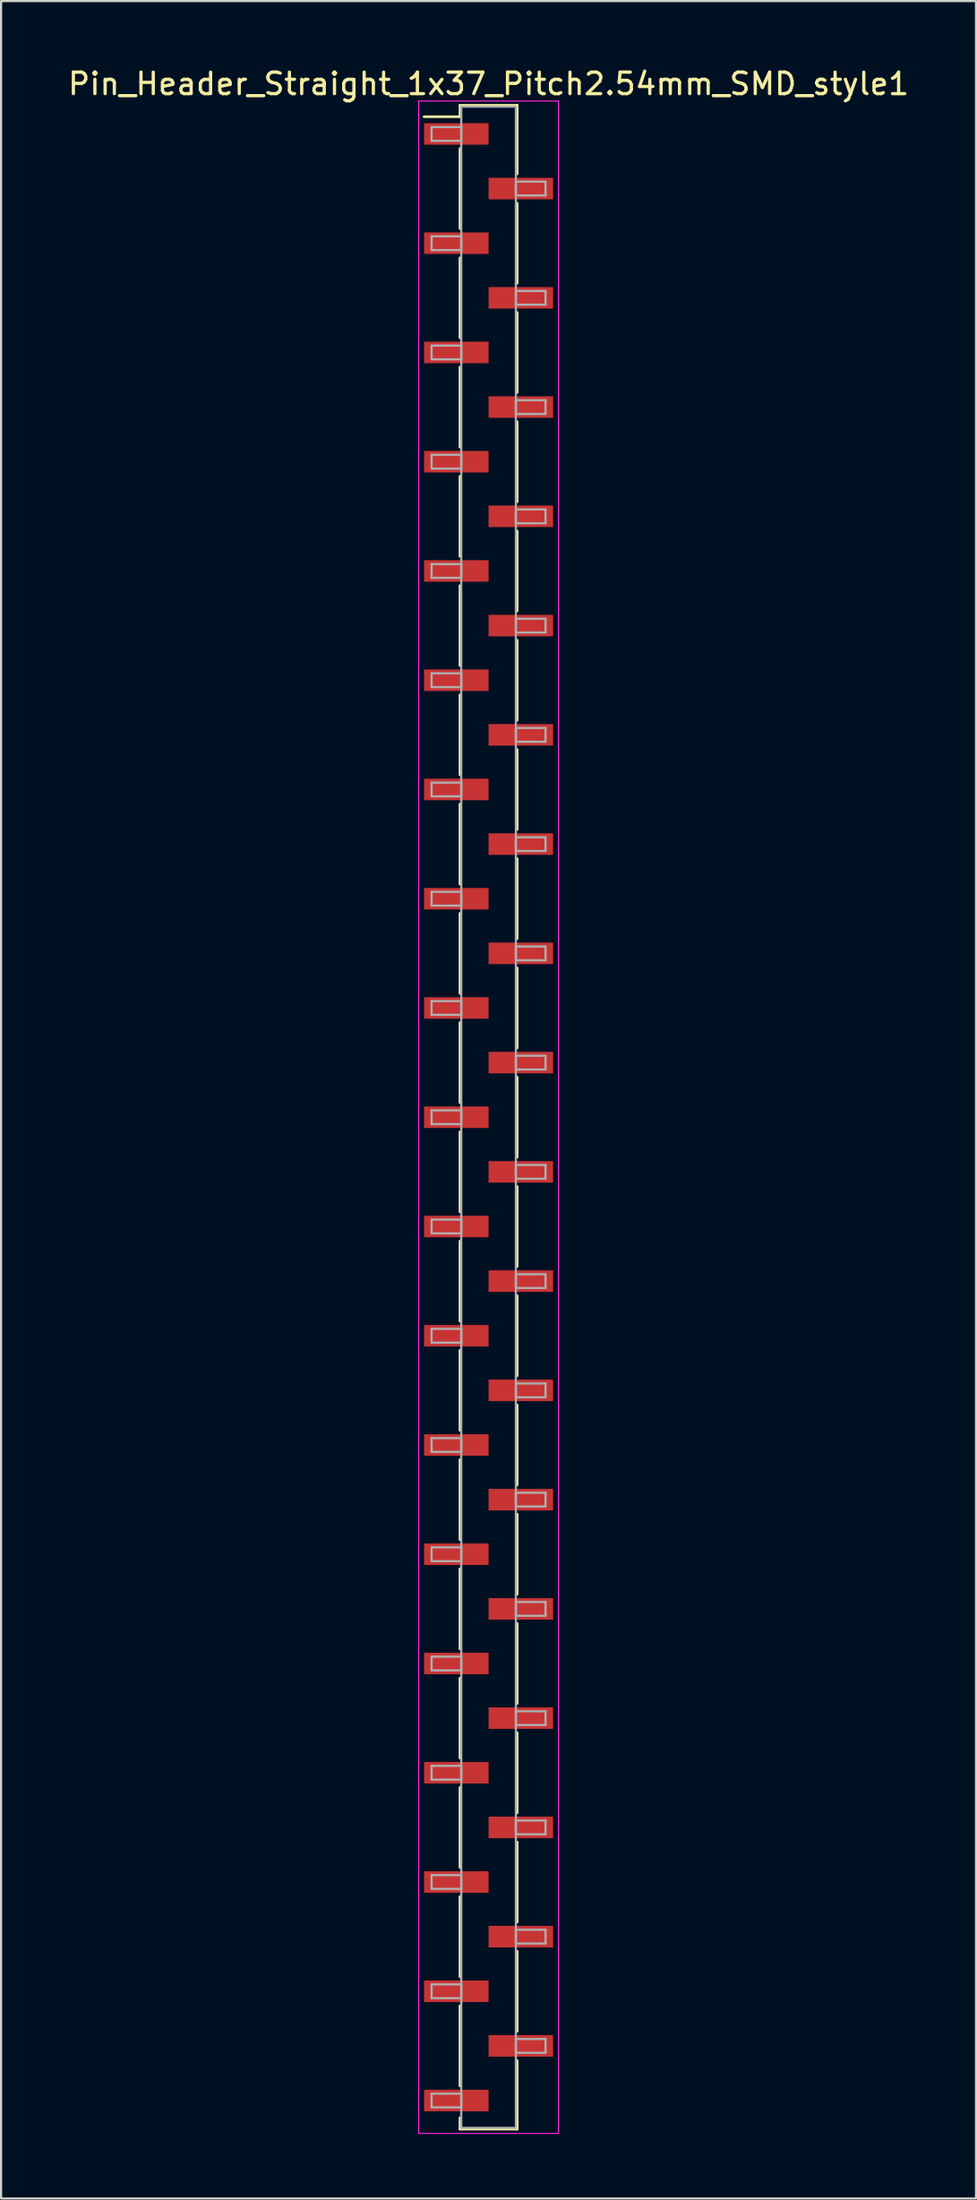
<source format=kicad_pcb>
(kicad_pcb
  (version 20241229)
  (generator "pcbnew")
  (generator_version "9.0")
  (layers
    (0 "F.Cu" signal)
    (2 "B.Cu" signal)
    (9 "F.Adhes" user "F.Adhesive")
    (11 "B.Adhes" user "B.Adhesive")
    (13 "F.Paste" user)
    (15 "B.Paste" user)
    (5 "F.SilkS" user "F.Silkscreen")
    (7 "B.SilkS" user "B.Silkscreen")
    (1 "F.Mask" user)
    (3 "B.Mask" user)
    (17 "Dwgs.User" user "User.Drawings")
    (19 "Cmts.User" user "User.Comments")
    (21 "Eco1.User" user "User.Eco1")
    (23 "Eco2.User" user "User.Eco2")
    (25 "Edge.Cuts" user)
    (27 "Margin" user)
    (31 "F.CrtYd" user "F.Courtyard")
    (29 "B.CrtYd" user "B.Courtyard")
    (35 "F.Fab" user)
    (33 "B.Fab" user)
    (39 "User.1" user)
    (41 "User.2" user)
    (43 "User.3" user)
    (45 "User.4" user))
  (footprint "Pin_Header_Straight_1x37_Pitch2.54mm_SMD_style1"
    (layer "F.Cu")
    (at 19.673 48.898)
    (property "Reference" "Pin_Header_Straight_1x37_Pitch2.54mm_SMD_style1" (at 0 -48.05 0) (layer "F.SilkS") (effects (font (size 1 1) (thickness 0.15))))
    (attr smd)
    (fp_line (start -1.33 -47.05) (end 1.33 -47.05) (stroke (width 0.12) (type solid)) (layer "F.SilkS"))
    (fp_line (start -1.33 -46.52) (end -3 -46.52) (stroke (width 0.12) (type solid)) (layer "F.SilkS"))
    (fp_line (start -1.33 -46.52) (end -1.33 -47.05) (stroke (width 0.12) (type solid)) (layer "F.SilkS"))
    (fp_line (start -1.33 -45.04) (end -1.33 -41.32) (stroke (width 0.12) (type solid)) (layer "F.SilkS"))
    (fp_line (start -1.33 -39.96) (end -1.33 -36.24) (stroke (width 0.12) (type solid)) (layer "F.SilkS"))
    (fp_line (start -1.33 -34.88) (end -1.33 -31.16) (stroke (width 0.12) (type solid)) (layer "F.SilkS"))
    (fp_line (start -1.33 -29.8) (end -1.33 -26.08) (stroke (width 0.12) (type solid)) (layer "F.SilkS"))
    (fp_line (start -1.33 -24.72) (end -1.33 -21) (stroke (width 0.12) (type solid)) (layer "F.SilkS"))
    (fp_line (start -1.33 -19.64) (end -1.33 -15.92) (stroke (width 0.12) (type solid)) (layer "F.SilkS"))
    (fp_line (start -1.33 -14.56) (end -1.33 -10.84) (stroke (width 0.12) (type solid)) (layer "F.SilkS"))
    (fp_line (start -1.33 -9.48) (end -1.33 -5.76) (stroke (width 0.12) (type solid)) (layer "F.SilkS"))
    (fp_line (start -1.33 -4.4) (end -1.33 -0.68) (stroke (width 0.12) (type solid)) (layer "F.SilkS"))
    (fp_line (start -1.33 0.68) (end -1.33 4.4) (stroke (width 0.12) (type solid)) (layer "F.SilkS"))
    (fp_line (start -1.33 5.76) (end -1.33 9.48) (stroke (width 0.12) (type solid)) (layer "F.SilkS"))
    (fp_line (start -1.33 10.84) (end -1.33 14.56) (stroke (width 0.12) (type solid)) (layer "F.SilkS"))
    (fp_line (start -1.33 15.92) (end -1.33 19.64) (stroke (width 0.12) (type solid)) (layer "F.SilkS"))
    (fp_line (start -1.33 21) (end -1.33 24.72) (stroke (width 0.12) (type solid)) (layer "F.SilkS"))
    (fp_line (start -1.33 26.08) (end -1.33 29.8) (stroke (width 0.12) (type solid)) (layer "F.SilkS"))
    (fp_line (start -1.33 31.16) (end -1.33 34.88) (stroke (width 0.12) (type solid)) (layer "F.SilkS"))
    (fp_line (start -1.33 36.24) (end -1.33 39.96) (stroke (width 0.12) (type solid)) (layer "F.SilkS"))
    (fp_line (start -1.33 41.32) (end -1.33 45.04) (stroke (width 0.12) (type solid)) (layer "F.SilkS"))
    (fp_line (start -1.33 46.52) (end -1.33 47.05) (stroke (width 0.12) (type solid)) (layer "F.SilkS"))
    (fp_line (start -1.33 47.05) (end 1.33 47.05) (stroke (width 0.12) (type solid)) (layer "F.SilkS"))
    (fp_line (start 1.33 -47.05) (end 1.33 -46.52) (stroke (width 0.12) (type solid)) (layer "F.SilkS"))
    (fp_line (start 1.33 -47.05) (end 1.33 -43.86) (stroke (width 0.12) (type solid)) (layer "F.SilkS"))
    (fp_line (start 1.33 -42.5) (end 1.33 -38.78) (stroke (width 0.12) (type solid)) (layer "F.SilkS"))
    (fp_line (start 1.33 -37.42) (end 1.33 -33.7) (stroke (width 0.12) (type solid)) (layer "F.SilkS"))
    (fp_line (start 1.33 -32.34) (end 1.33 -28.62) (stroke (width 0.12) (type solid)) (layer "F.SilkS"))
    (fp_line (start 1.33 -27.26) (end 1.33 -23.54) (stroke (width 0.12) (type solid)) (layer "F.SilkS"))
    (fp_line (start 1.33 -22.18) (end 1.33 -18.46) (stroke (width 0.12) (type solid)) (layer "F.SilkS"))
    (fp_line (start 1.33 -17.1) (end 1.33 -13.38) (stroke (width 0.12) (type solid)) (layer "F.SilkS"))
    (fp_line (start 1.33 -12.02) (end 1.33 -8.3) (stroke (width 0.12) (type solid)) (layer "F.SilkS"))
    (fp_line (start 1.33 -6.94) (end 1.33 -3.22) (stroke (width 0.12) (type solid)) (layer "F.SilkS"))
    (fp_line (start 1.33 -1.86) (end 1.33 1.86) (stroke (width 0.12) (type solid)) (layer "F.SilkS"))
    (fp_line (start 1.33 3.22) (end 1.33 6.94) (stroke (width 0.12) (type solid)) (layer "F.SilkS"))
    (fp_line (start 1.33 8.3) (end 1.33 12.02) (stroke (width 0.12) (type solid)) (layer "F.SilkS"))
    (fp_line (start 1.33 13.38) (end 1.33 17.1) (stroke (width 0.12) (type solid)) (layer "F.SilkS"))
    (fp_line (start 1.33 18.46) (end 1.33 22.18) (stroke (width 0.12) (type solid)) (layer "F.SilkS"))
    (fp_line (start 1.33 23.54) (end 1.33 27.26) (stroke (width 0.12) (type solid)) (layer "F.SilkS"))
    (fp_line (start 1.33 28.62) (end 1.33 32.34) (stroke (width 0.12) (type solid)) (layer "F.SilkS"))
    (fp_line (start 1.33 33.7) (end 1.33 37.42) (stroke (width 0.12) (type solid)) (layer "F.SilkS"))
    (fp_line (start 1.33 38.78) (end 1.33 42.5) (stroke (width 0.12) (type solid)) (layer "F.SilkS"))
    (fp_line (start 1.33 43.86) (end 1.33 47.05) (stroke (width 0.12) (type solid)) (layer "F.SilkS"))
    (fp_line (start 1.33 47.05) (end 1.33 46.52) (stroke (width 0.12) (type solid)) (layer "F.SilkS"))
    (fp_line (start -3.25 -47.25) (end -3.25 47.25) (stroke (width 0.05) (type solid)) (layer "F.CrtYd"))
    (fp_line (start -3.25 47.25) (end 3.25 47.25) (stroke (width 0.05) (type solid)) (layer "F.CrtYd"))
    (fp_line (start 3.25 -47.25) (end -3.25 -47.25) (stroke (width 0.05) (type solid)) (layer "F.CrtYd"))
    (fp_line (start 3.25 47.25) (end 3.25 -47.25) (stroke (width 0.05) (type solid)) (layer "F.CrtYd"))
    (fp_line (start -2.65 -46.04) (end -1.27 -46.04) (stroke (width 0.1) (type solid)) (layer "F.Fab"))
    (fp_line (start -2.65 -45.4) (end -2.65 -46.04) (stroke (width 0.1) (type solid)) (layer "F.Fab"))
    (fp_line (start -2.65 -40.96) (end -1.27 -40.96) (stroke (width 0.1) (type solid)) (layer "F.Fab"))
    (fp_line (start -2.65 -40.32) (end -2.65 -40.96) (stroke (width 0.1) (type solid)) (layer "F.Fab"))
    (fp_line (start -2.65 -35.88) (end -1.27 -35.88) (stroke (width 0.1) (type solid)) (layer "F.Fab"))
    (fp_line (start -2.65 -35.24) (end -2.65 -35.88) (stroke (width 0.1) (type solid)) (layer "F.Fab"))
    (fp_line (start -2.65 -30.8) (end -1.27 -30.8) (stroke (width 0.1) (type solid)) (layer "F.Fab"))
    (fp_line (start -2.65 -30.16) (end -2.65 -30.8) (stroke (width 0.1) (type solid)) (layer "F.Fab"))
    (fp_line (start -2.65 -25.72) (end -1.27 -25.72) (stroke (width 0.1) (type solid)) (layer "F.Fab"))
    (fp_line (start -2.65 -25.08) (end -2.65 -25.72) (stroke (width 0.1) (type solid)) (layer "F.Fab"))
    (fp_line (start -2.65 -20.64) (end -1.27 -20.64) (stroke (width 0.1) (type solid)) (layer "F.Fab"))
    (fp_line (start -2.65 -20) (end -2.65 -20.64) (stroke (width 0.1) (type solid)) (layer "F.Fab"))
    (fp_line (start -2.65 -15.56) (end -1.27 -15.56) (stroke (width 0.1) (type solid)) (layer "F.Fab"))
    (fp_line (start -2.65 -14.92) (end -2.65 -15.56) (stroke (width 0.1) (type solid)) (layer "F.Fab"))
    (fp_line (start -2.65 -10.48) (end -1.27 -10.48) (stroke (width 0.1) (type solid)) (layer "F.Fab"))
    (fp_line (start -2.65 -9.84) (end -2.65 -10.48) (stroke (width 0.1) (type solid)) (layer "F.Fab"))
    (fp_line (start -2.65 -5.4) (end -1.27 -5.4) (stroke (width 0.1) (type solid)) (layer "F.Fab"))
    (fp_line (start -2.65 -4.76) (end -2.65 -5.4) (stroke (width 0.1) (type solid)) (layer "F.Fab"))
    (fp_line (start -2.65 -0.32) (end -1.27 -0.32) (stroke (width 0.1) (type solid)) (layer "F.Fab"))
    (fp_line (start -2.65 0.32) (end -2.65 -0.32) (stroke (width 0.1) (type solid)) (layer "F.Fab"))
    (fp_line (start -2.65 4.76) (end -1.27 4.76) (stroke (width 0.1) (type solid)) (layer "F.Fab"))
    (fp_line (start -2.65 5.4) (end -2.65 4.76) (stroke (width 0.1) (type solid)) (layer "F.Fab"))
    (fp_line (start -2.65 9.84) (end -1.27 9.84) (stroke (width 0.1) (type solid)) (layer "F.Fab"))
    (fp_line (start -2.65 10.48) (end -2.65 9.84) (stroke (width 0.1) (type solid)) (layer "F.Fab"))
    (fp_line (start -2.65 14.92) (end -1.27 14.92) (stroke (width 0.1) (type solid)) (layer "F.Fab"))
    (fp_line (start -2.65 15.56) (end -2.65 14.92) (stroke (width 0.1) (type solid)) (layer "F.Fab"))
    (fp_line (start -2.65 20) (end -1.27 20) (stroke (width 0.1) (type solid)) (layer "F.Fab"))
    (fp_line (start -2.65 20.64) (end -2.65 20) (stroke (width 0.1) (type solid)) (layer "F.Fab"))
    (fp_line (start -2.65 25.08) (end -1.27 25.08) (stroke (width 0.1) (type solid)) (layer "F.Fab"))
    (fp_line (start -2.65 25.72) (end -2.65 25.08) (stroke (width 0.1) (type solid)) (layer "F.Fab"))
    (fp_line (start -2.65 30.16) (end -1.27 30.16) (stroke (width 0.1) (type solid)) (layer "F.Fab"))
    (fp_line (start -2.65 30.8) (end -2.65 30.16) (stroke (width 0.1) (type solid)) (layer "F.Fab"))
    (fp_line (start -2.65 35.24) (end -1.27 35.24) (stroke (width 0.1) (type solid)) (layer "F.Fab"))
    (fp_line (start -2.65 35.88) (end -2.65 35.24) (stroke (width 0.1) (type solid)) (layer "F.Fab"))
    (fp_line (start -2.65 40.32) (end -1.27 40.32) (stroke (width 0.1) (type solid)) (layer "F.Fab"))
    (fp_line (start -2.65 40.96) (end -2.65 40.32) (stroke (width 0.1) (type solid)) (layer "F.Fab"))
    (fp_line (start -2.65 45.4) (end -1.27 45.4) (stroke (width 0.1) (type solid)) (layer "F.Fab"))
    (fp_line (start -2.65 46.04) (end -2.65 45.4) (stroke (width 0.1) (type solid)) (layer "F.Fab"))
    (fp_line (start -1.27 -46.99) (end -1.27 46.99) (stroke (width 0.1) (type solid)) (layer "F.Fab"))
    (fp_line (start -1.27 -46.04) (end -1.27 -45.4) (stroke (width 0.1) (type solid)) (layer "F.Fab"))
    (fp_line (start -1.27 -45.4) (end -2.65 -45.4) (stroke (width 0.1) (type solid)) (layer "F.Fab"))
    (fp_line (start -1.27 -40.96) (end -1.27 -40.32) (stroke (width 0.1) (type solid)) (layer "F.Fab"))
    (fp_line (start -1.27 -40.32) (end -2.65 -40.32) (stroke (width 0.1) (type solid)) (layer "F.Fab"))
    (fp_line (start -1.27 -35.88) (end -1.27 -35.24) (stroke (width 0.1) (type solid)) (layer "F.Fab"))
    (fp_line (start -1.27 -35.24) (end -2.65 -35.24) (stroke (width 0.1) (type solid)) (layer "F.Fab"))
    (fp_line (start -1.27 -30.8) (end -1.27 -30.16) (stroke (width 0.1) (type solid)) (layer "F.Fab"))
    (fp_line (start -1.27 -30.16) (end -2.65 -30.16) (stroke (width 0.1) (type solid)) (layer "F.Fab"))
    (fp_line (start -1.27 -25.72) (end -1.27 -25.08) (stroke (width 0.1) (type solid)) (layer "F.Fab"))
    (fp_line (start -1.27 -25.08) (end -2.65 -25.08) (stroke (width 0.1) (type solid)) (layer "F.Fab"))
    (fp_line (start -1.27 -20.64) (end -1.27 -20) (stroke (width 0.1) (type solid)) (layer "F.Fab"))
    (fp_line (start -1.27 -20) (end -2.65 -20) (stroke (width 0.1) (type solid)) (layer "F.Fab"))
    (fp_line (start -1.27 -15.56) (end -1.27 -14.92) (stroke (width 0.1) (type solid)) (layer "F.Fab"))
    (fp_line (start -1.27 -14.92) (end -2.65 -14.92) (stroke (width 0.1) (type solid)) (layer "F.Fab"))
    (fp_line (start -1.27 -10.48) (end -1.27 -9.84) (stroke (width 0.1) (type solid)) (layer "F.Fab"))
    (fp_line (start -1.27 -9.84) (end -2.65 -9.84) (stroke (width 0.1) (type solid)) (layer "F.Fab"))
    (fp_line (start -1.27 -5.4) (end -1.27 -4.76) (stroke (width 0.1) (type solid)) (layer "F.Fab"))
    (fp_line (start -1.27 -4.76) (end -2.65 -4.76) (stroke (width 0.1) (type solid)) (layer "F.Fab"))
    (fp_line (start -1.27 -0.32) (end -1.27 0.32) (stroke (width 0.1) (type solid)) (layer "F.Fab"))
    (fp_line (start -1.27 0.32) (end -2.65 0.32) (stroke (width 0.1) (type solid)) (layer "F.Fab"))
    (fp_line (start -1.27 4.76) (end -1.27 5.4) (stroke (width 0.1) (type solid)) (layer "F.Fab"))
    (fp_line (start -1.27 5.4) (end -2.65 5.4) (stroke (width 0.1) (type solid)) (layer "F.Fab"))
    (fp_line (start -1.27 9.84) (end -1.27 10.48) (stroke (width 0.1) (type solid)) (layer "F.Fab"))
    (fp_line (start -1.27 10.48) (end -2.65 10.48) (stroke (width 0.1) (type solid)) (layer "F.Fab"))
    (fp_line (start -1.27 14.92) (end -1.27 15.56) (stroke (width 0.1) (type solid)) (layer "F.Fab"))
    (fp_line (start -1.27 15.56) (end -2.65 15.56) (stroke (width 0.1) (type solid)) (layer "F.Fab"))
    (fp_line (start -1.27 20) (end -1.27 20.64) (stroke (width 0.1) (type solid)) (layer "F.Fab"))
    (fp_line (start -1.27 20.64) (end -2.65 20.64) (stroke (width 0.1) (type solid)) (layer "F.Fab"))
    (fp_line (start -1.27 25.08) (end -1.27 25.72) (stroke (width 0.1) (type solid)) (layer "F.Fab"))
    (fp_line (start -1.27 25.72) (end -2.65 25.72) (stroke (width 0.1) (type solid)) (layer "F.Fab"))
    (fp_line (start -1.27 30.16) (end -1.27 30.8) (stroke (width 0.1) (type solid)) (layer "F.Fab"))
    (fp_line (start -1.27 30.8) (end -2.65 30.8) (stroke (width 0.1) (type solid)) (layer "F.Fab"))
    (fp_line (start -1.27 35.24) (end -1.27 35.88) (stroke (width 0.1) (type solid)) (layer "F.Fab"))
    (fp_line (start -1.27 35.88) (end -2.65 35.88) (stroke (width 0.1) (type solid)) (layer "F.Fab"))
    (fp_line (start -1.27 40.32) (end -1.27 40.96) (stroke (width 0.1) (type solid)) (layer "F.Fab"))
    (fp_line (start -1.27 40.96) (end -2.65 40.96) (stroke (width 0.1) (type solid)) (layer "F.Fab"))
    (fp_line (start -1.27 45.4) (end -1.27 46.04) (stroke (width 0.1) (type solid)) (layer "F.Fab"))
    (fp_line (start -1.27 46.04) (end -2.65 46.04) (stroke (width 0.1) (type solid)) (layer "F.Fab"))
    (fp_line (start -1.27 46.99) (end 1.27 46.99) (stroke (width 0.1) (type solid)) (layer "F.Fab"))
    (fp_line (start 1.27 -46.99) (end -1.27 -46.99) (stroke (width 0.1) (type solid)) (layer "F.Fab"))
    (fp_line (start 1.27 -43.5) (end 1.27 -42.86) (stroke (width 0.1) (type solid)) (layer "F.Fab"))
    (fp_line (start 1.27 -42.86) (end 2.65 -42.86) (stroke (width 0.1) (type solid)) (layer "F.Fab"))
    (fp_line (start 1.27 -38.42) (end 1.27 -37.78) (stroke (width 0.1) (type solid)) (layer "F.Fab"))
    (fp_line (start 1.27 -37.78) (end 2.65 -37.78) (stroke (width 0.1) (type solid)) (layer "F.Fab"))
    (fp_line (start 1.27 -33.34) (end 1.27 -32.7) (stroke (width 0.1) (type solid)) (layer "F.Fab"))
    (fp_line (start 1.27 -32.7) (end 2.65 -32.7) (stroke (width 0.1) (type solid)) (layer "F.Fab"))
    (fp_line (start 1.27 -28.26) (end 1.27 -27.62) (stroke (width 0.1) (type solid)) (layer "F.Fab"))
    (fp_line (start 1.27 -27.62) (end 2.65 -27.62) (stroke (width 0.1) (type solid)) (layer "F.Fab"))
    (fp_line (start 1.27 -23.18) (end 1.27 -22.54) (stroke (width 0.1) (type solid)) (layer "F.Fab"))
    (fp_line (start 1.27 -22.54) (end 2.65 -22.54) (stroke (width 0.1) (type solid)) (layer "F.Fab"))
    (fp_line (start 1.27 -18.1) (end 1.27 -17.46) (stroke (width 0.1) (type solid)) (layer "F.Fab"))
    (fp_line (start 1.27 -17.46) (end 2.65 -17.46) (stroke (width 0.1) (type solid)) (layer "F.Fab"))
    (fp_line (start 1.27 -13.02) (end 1.27 -12.38) (stroke (width 0.1) (type solid)) (layer "F.Fab"))
    (fp_line (start 1.27 -12.38) (end 2.65 -12.38) (stroke (width 0.1) (type solid)) (layer "F.Fab"))
    (fp_line (start 1.27 -7.94) (end 1.27 -7.3) (stroke (width 0.1) (type solid)) (layer "F.Fab"))
    (fp_line (start 1.27 -7.3) (end 2.65 -7.3) (stroke (width 0.1) (type solid)) (layer "F.Fab"))
    (fp_line (start 1.27 -2.86) (end 1.27 -2.22) (stroke (width 0.1) (type solid)) (layer "F.Fab"))
    (fp_line (start 1.27 -2.22) (end 2.65 -2.22) (stroke (width 0.1) (type solid)) (layer "F.Fab"))
    (fp_line (start 1.27 2.22) (end 1.27 2.86) (stroke (width 0.1) (type solid)) (layer "F.Fab"))
    (fp_line (start 1.27 2.86) (end 2.65 2.86) (stroke (width 0.1) (type solid)) (layer "F.Fab"))
    (fp_line (start 1.27 7.3) (end 1.27 7.94) (stroke (width 0.1) (type solid)) (layer "F.Fab"))
    (fp_line (start 1.27 7.94) (end 2.65 7.94) (stroke (width 0.1) (type solid)) (layer "F.Fab"))
    (fp_line (start 1.27 12.38) (end 1.27 13.02) (stroke (width 0.1) (type solid)) (layer "F.Fab"))
    (fp_line (start 1.27 13.02) (end 2.65 13.02) (stroke (width 0.1) (type solid)) (layer "F.Fab"))
    (fp_line (start 1.27 17.46) (end 1.27 18.1) (stroke (width 0.1) (type solid)) (layer "F.Fab"))
    (fp_line (start 1.27 18.1) (end 2.65 18.1) (stroke (width 0.1) (type solid)) (layer "F.Fab"))
    (fp_line (start 1.27 22.54) (end 1.27 23.18) (stroke (width 0.1) (type solid)) (layer "F.Fab"))
    (fp_line (start 1.27 23.18) (end 2.65 23.18) (stroke (width 0.1) (type solid)) (layer "F.Fab"))
    (fp_line (start 1.27 27.62) (end 1.27 28.26) (stroke (width 0.1) (type solid)) (layer "F.Fab"))
    (fp_line (start 1.27 28.26) (end 2.65 28.26) (stroke (width 0.1) (type solid)) (layer "F.Fab"))
    (fp_line (start 1.27 32.7) (end 1.27 33.34) (stroke (width 0.1) (type solid)) (layer "F.Fab"))
    (fp_line (start 1.27 33.34) (end 2.65 33.34) (stroke (width 0.1) (type solid)) (layer "F.Fab"))
    (fp_line (start 1.27 37.78) (end 1.27 38.42) (stroke (width 0.1) (type solid)) (layer "F.Fab"))
    (fp_line (start 1.27 38.42) (end 2.65 38.42) (stroke (width 0.1) (type solid)) (layer "F.Fab"))
    (fp_line (start 1.27 42.86) (end 1.27 43.5) (stroke (width 0.1) (type solid)) (layer "F.Fab"))
    (fp_line (start 1.27 43.5) (end 2.65 43.5) (stroke (width 0.1) (type solid)) (layer "F.Fab"))
    (fp_line (start 1.27 46.99) (end 1.27 -46.99) (stroke (width 0.1) (type solid)) (layer "F.Fab"))
    (fp_line (start 2.65 -43.5) (end 1.27 -43.5) (stroke (width 0.1) (type solid)) (layer "F.Fab"))
    (fp_line (start 2.65 -42.86) (end 2.65 -43.5) (stroke (width 0.1) (type solid)) (layer "F.Fab"))
    (fp_line (start 2.65 -38.42) (end 1.27 -38.42) (stroke (width 0.1) (type solid)) (layer "F.Fab"))
    (fp_line (start 2.65 -37.78) (end 2.65 -38.42) (stroke (width 0.1) (type solid)) (layer "F.Fab"))
    (fp_line (start 2.65 -33.34) (end 1.27 -33.34) (stroke (width 0.1) (type solid)) (layer "F.Fab"))
    (fp_line (start 2.65 -32.7) (end 2.65 -33.34) (stroke (width 0.1) (type solid)) (layer "F.Fab"))
    (fp_line (start 2.65 -28.26) (end 1.27 -28.26) (stroke (width 0.1) (type solid)) (layer "F.Fab"))
    (fp_line (start 2.65 -27.62) (end 2.65 -28.26) (stroke (width 0.1) (type solid)) (layer "F.Fab"))
    (fp_line (start 2.65 -23.18) (end 1.27 -23.18) (stroke (width 0.1) (type solid)) (layer "F.Fab"))
    (fp_line (start 2.65 -22.54) (end 2.65 -23.18) (stroke (width 0.1) (type solid)) (layer "F.Fab"))
    (fp_line (start 2.65 -18.1) (end 1.27 -18.1) (stroke (width 0.1) (type solid)) (layer "F.Fab"))
    (fp_line (start 2.65 -17.46) (end 2.65 -18.1) (stroke (width 0.1) (type solid)) (layer "F.Fab"))
    (fp_line (start 2.65 -13.02) (end 1.27 -13.02) (stroke (width 0.1) (type solid)) (layer "F.Fab"))
    (fp_line (start 2.65 -12.38) (end 2.65 -13.02) (stroke (width 0.1) (type solid)) (layer "F.Fab"))
    (fp_line (start 2.65 -7.94) (end 1.27 -7.94) (stroke (width 0.1) (type solid)) (layer "F.Fab"))
    (fp_line (start 2.65 -7.3) (end 2.65 -7.94) (stroke (width 0.1) (type solid)) (layer "F.Fab"))
    (fp_line (start 2.65 -2.86) (end 1.27 -2.86) (stroke (width 0.1) (type solid)) (layer "F.Fab"))
    (fp_line (start 2.65 -2.22) (end 2.65 -2.86) (stroke (width 0.1) (type solid)) (layer "F.Fab"))
    (fp_line (start 2.65 2.22) (end 1.27 2.22) (stroke (width 0.1) (type solid)) (layer "F.Fab"))
    (fp_line (start 2.65 2.86) (end 2.65 2.22) (stroke (width 0.1) (type solid)) (layer "F.Fab"))
    (fp_line (start 2.65 7.3) (end 1.27 7.3) (stroke (width 0.1) (type solid)) (layer "F.Fab"))
    (fp_line (start 2.65 7.94) (end 2.65 7.3) (stroke (width 0.1) (type solid)) (layer "F.Fab"))
    (fp_line (start 2.65 12.38) (end 1.27 12.38) (stroke (width 0.1) (type solid)) (layer "F.Fab"))
    (fp_line (start 2.65 13.02) (end 2.65 12.38) (stroke (width 0.1) (type solid)) (layer "F.Fab"))
    (fp_line (start 2.65 17.46) (end 1.27 17.46) (stroke (width 0.1) (type solid)) (layer "F.Fab"))
    (fp_line (start 2.65 18.1) (end 2.65 17.46) (stroke (width 0.1) (type solid)) (layer "F.Fab"))
    (fp_line (start 2.65 22.54) (end 1.27 22.54) (stroke (width 0.1) (type solid)) (layer "F.Fab"))
    (fp_line (start 2.65 23.18) (end 2.65 22.54) (stroke (width 0.1) (type solid)) (layer "F.Fab"))
    (fp_line (start 2.65 27.62) (end 1.27 27.62) (stroke (width 0.1) (type solid)) (layer "F.Fab"))
    (fp_line (start 2.65 28.26) (end 2.65 27.62) (stroke (width 0.1) (type solid)) (layer "F.Fab"))
    (fp_line (start 2.65 32.7) (end 1.27 32.7) (stroke (width 0.1) (type solid)) (layer "F.Fab"))
    (fp_line (start 2.65 33.34) (end 2.65 32.7) (stroke (width 0.1) (type solid)) (layer "F.Fab"))
    (fp_line (start 2.65 37.78) (end 1.27 37.78) (stroke (width 0.1) (type solid)) (layer "F.Fab"))
    (fp_line (start 2.65 38.42) (end 2.65 37.78) (stroke (width 0.1) (type solid)) (layer "F.Fab"))
    (fp_line (start 2.65 42.86) (end 1.27 42.86) (stroke (width 0.1) (type solid)) (layer "F.Fab"))
    (fp_line (start 2.65 43.5) (end 2.65 42.86) (stroke (width 0.1) (type solid)) (layer "F.Fab"))
    (pad "1" smd rect (at -1.5 -45.72) (size 3 1) (layers "F.Cu" "F.Mask"))
    (pad "2" smd rect (at 1.5 -43.18) (size 3 1) (layers "F.Cu" "F.Mask"))
    (pad "3" smd rect (at -1.5 -40.64) (size 3 1) (layers "F.Cu" "F.Mask"))
    (pad "4" smd rect (at 1.5 -38.1) (size 3 1) (layers "F.Cu" "F.Mask"))
    (pad "5" smd rect (at -1.5 -35.56) (size 3 1) (layers "F.Cu" "F.Mask"))
    (pad "6" smd rect (at 1.5 -33.02) (size 3 1) (layers "F.Cu" "F.Mask"))
    (pad "7" smd rect (at -1.5 -30.48) (size 3 1) (layers "F.Cu" "F.Mask"))
    (pad "8" smd rect (at 1.5 -27.94) (size 3 1) (layers "F.Cu" "F.Mask"))
    (pad "9" smd rect (at -1.5 -25.4) (size 3 1) (layers "F.Cu" "F.Mask"))
    (pad "10" smd rect (at 1.5 -22.86) (size 3 1) (layers "F.Cu" "F.Mask"))
    (pad "11" smd rect (at -1.5 -20.32) (size 3 1) (layers "F.Cu" "F.Mask"))
    (pad "12" smd rect (at 1.5 -17.78) (size 3 1) (layers "F.Cu" "F.Mask"))
    (pad "13" smd rect (at -1.5 -15.24) (size 3 1) (layers "F.Cu" "F.Mask"))
    (pad "14" smd rect (at 1.5 -12.7) (size 3 1) (layers "F.Cu" "F.Mask"))
    (pad "15" smd rect (at -1.5 -10.16) (size 3 1) (layers "F.Cu" "F.Mask"))
    (pad "16" smd rect (at 1.5 -7.62) (size 3 1) (layers "F.Cu" "F.Mask"))
    (pad "17" smd rect (at -1.5 -5.08) (size 3 1) (layers "F.Cu" "F.Mask"))
    (pad "18" smd rect (at 1.5 -2.54) (size 3 1) (layers "F.Cu" "F.Mask"))
    (pad "19" smd rect (at -1.5 0) (size 3 1) (layers "F.Cu" "F.Mask"))
    (pad "20" smd rect (at 1.5 2.54) (size 3 1) (layers "F.Cu" "F.Mask"))
    (pad "21" smd rect (at -1.5 5.08) (size 3 1) (layers "F.Cu" "F.Mask"))
    (pad "22" smd rect (at 1.5 7.62) (size 3 1) (layers "F.Cu" "F.Mask"))
    (pad "23" smd rect (at -1.5 10.16) (size 3 1) (layers "F.Cu" "F.Mask"))
    (pad "24" smd rect (at 1.5 12.7) (size 3 1) (layers "F.Cu" "F.Mask"))
    (pad "25" smd rect (at -1.5 15.24) (size 3 1) (layers "F.Cu" "F.Mask"))
    (pad "26" smd rect (at 1.5 17.78) (size 3 1) (layers "F.Cu" "F.Mask"))
    (pad "27" smd rect (at -1.5 20.32) (size 3 1) (layers "F.Cu" "F.Mask"))
    (pad "28" smd rect (at 1.5 22.86) (size 3 1) (layers "F.Cu" "F.Mask"))
    (pad "29" smd rect (at -1.5 25.4) (size 3 1) (layers "F.Cu" "F.Mask"))
    (pad "30" smd rect (at 1.5 27.94) (size 3 1) (layers "F.Cu" "F.Mask"))
    (pad "31" smd rect (at -1.5 30.48) (size 3 1) (layers "F.Cu" "F.Mask"))
    (pad "32" smd rect (at 1.5 33.02) (size 3 1) (layers "F.Cu" "F.Mask"))
    (pad "33" smd rect (at -1.5 35.56) (size 3 1) (layers "F.Cu" "F.Mask"))
    (pad "34" smd rect (at 1.5 38.1) (size 3 1) (layers "F.Cu" "F.Mask"))
    (pad "35" smd rect (at -1.5 40.64) (size 3 1) (layers "F.Cu" "F.Mask"))
    (pad "36" smd rect (at 1.5 43.18) (size 3 1) (layers "F.Cu" "F.Mask"))
    (pad "37" smd rect (at -1.5 45.72) (size 3 1) (layers "F.Cu" "F.Mask")))
  (gr_rect
    (start -3 -3)
    (end 42.345 99.173)
    (stroke (width 0.1) (type default))
    (fill no)
    (layer "Edge.Cuts")))
</source>
